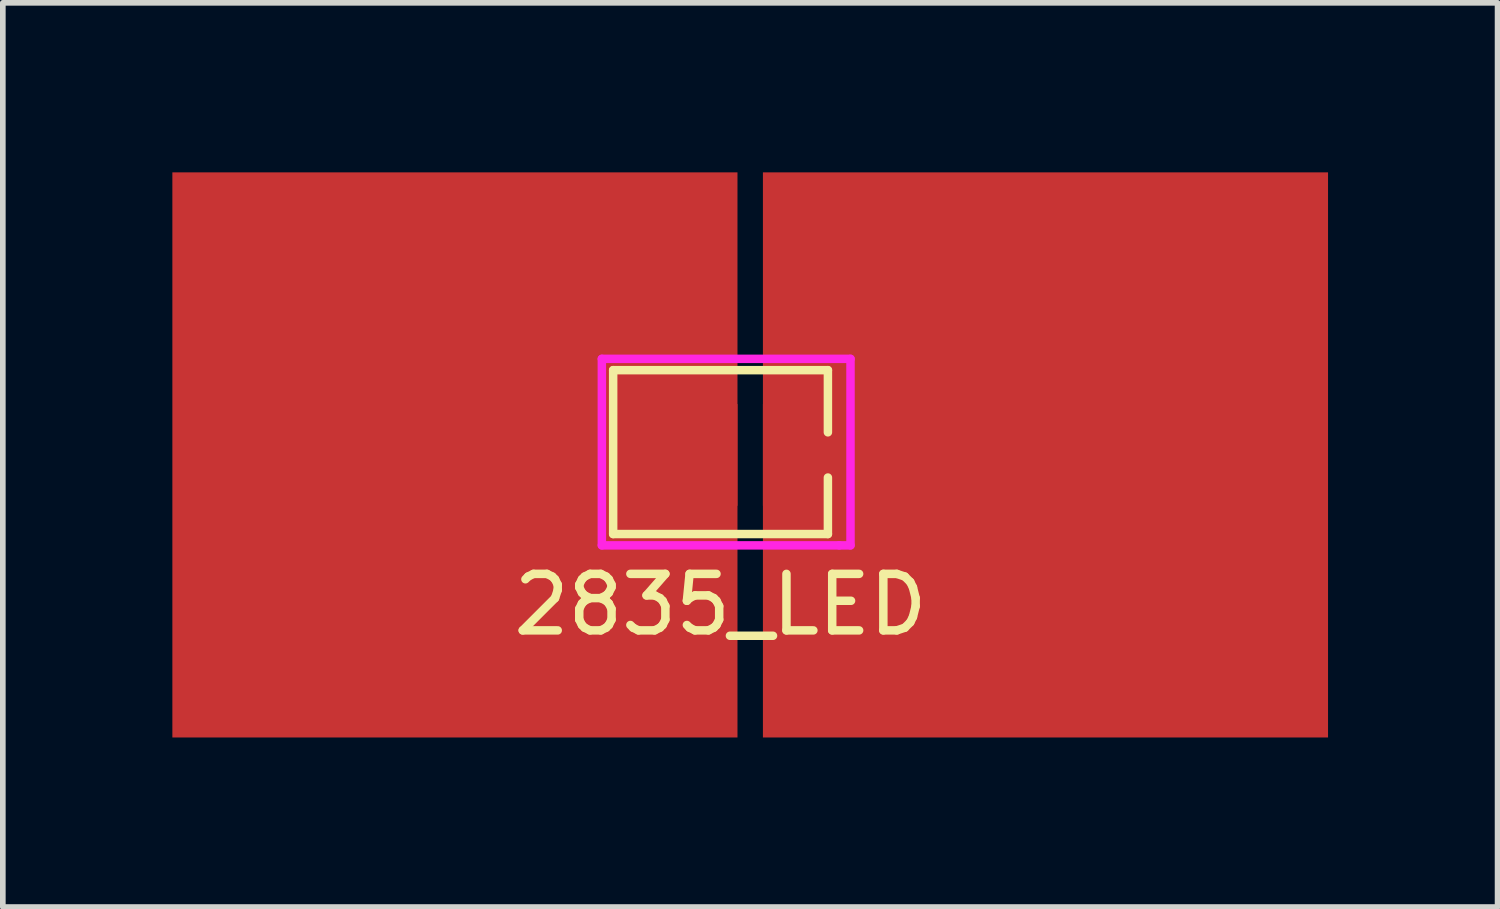
<source format=kicad_pcb>
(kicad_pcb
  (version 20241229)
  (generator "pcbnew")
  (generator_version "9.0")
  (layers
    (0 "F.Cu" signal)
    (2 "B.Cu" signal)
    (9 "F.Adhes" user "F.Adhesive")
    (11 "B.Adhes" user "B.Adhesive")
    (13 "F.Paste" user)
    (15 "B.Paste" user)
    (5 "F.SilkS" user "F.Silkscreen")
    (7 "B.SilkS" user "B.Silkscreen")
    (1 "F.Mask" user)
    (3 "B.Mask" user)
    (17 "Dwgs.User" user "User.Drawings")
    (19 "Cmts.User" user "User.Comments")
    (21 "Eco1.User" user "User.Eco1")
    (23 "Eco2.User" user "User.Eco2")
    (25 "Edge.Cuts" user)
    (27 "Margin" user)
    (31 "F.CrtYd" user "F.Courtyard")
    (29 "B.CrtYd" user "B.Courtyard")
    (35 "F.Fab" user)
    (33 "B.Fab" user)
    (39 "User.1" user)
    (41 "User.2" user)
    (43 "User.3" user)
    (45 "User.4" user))
  (footprint "2835_LED"
    (layer "F.Cu")
    (at 10 5)
    (property "Reference" "2835_LED" (at -0.3 2.65 0) (layer "F.SilkS") (effects (font (size 1 1) (thickness 0.15))))
    (attr through_hole)
    (fp_line (start -2.2 -1.5) (end -2.2 1.4) (stroke (width 0.15) (type solid)) (layer "F.SilkS"))
    (fp_line (start -2.2 1.4) (end 1.6 1.4) (stroke (width 0.15) (type solid)) (layer "F.SilkS"))
    (fp_line (start 1.6 -1.5) (end -2.2 -1.5) (stroke (width 0.15) (type solid)) (layer "F.SilkS"))
    (fp_line (start 1.6 -0.4) (end 1.6 -1.5) (stroke (width 0.15) (type solid)) (layer "F.SilkS"))
    (fp_line (start 1.6 1.4) (end 1.6 0.4) (stroke (width 0.15) (type solid)) (layer "F.SilkS"))
    (fp_line (start -2.4 -1.7) (end -2.4 1.6) (stroke (width 0.15) (type solid)) (layer "F.CrtYd"))
    (fp_line (start -2.4 1.6) (end 1.8 1.6) (stroke (width 0.15) (type solid)) (layer "F.CrtYd"))
    (fp_line (start 1.8 1.6) (end 2 1.6) (stroke (width 0.15) (type solid)) (layer "F.CrtYd"))
    (fp_line (start 2 -1.7) (end -2.4 -1.7) (stroke (width 0.15) (type solid)) (layer "F.CrtYd"))
    (fp_line (start 2 1.6) (end 2 -1.7) (stroke (width 0.15) (type solid)) (layer "F.CrtYd"))
    (pad "1" smd rect (at -5 0) (size 10 10) (layers "F.Cu"))
    (pad "1" smd rect (at -1.03 0) (size 2.06 1.8) (layers "F.Cu" "F.Mask" "F.Paste"))
    (pad "2" smd rect (at 0.945 0) (size 0.99 1.8) (layers "F.Cu" "F.Mask" "F.Paste"))
    (pad "2" smd rect (at 1.59 0) (size 0.3 0.5) (layers "F.Cu" "F.Mask"))
    (pad "2" smd rect (at 5.45 0) (size 10 10) (layers "F.Cu")))
  (gr_rect
    (start -3 -3)
    (end 23.45 13)
    (stroke (width 0.1) (type default))
    (fill no)
    (layer "Edge.Cuts")))
</source>
